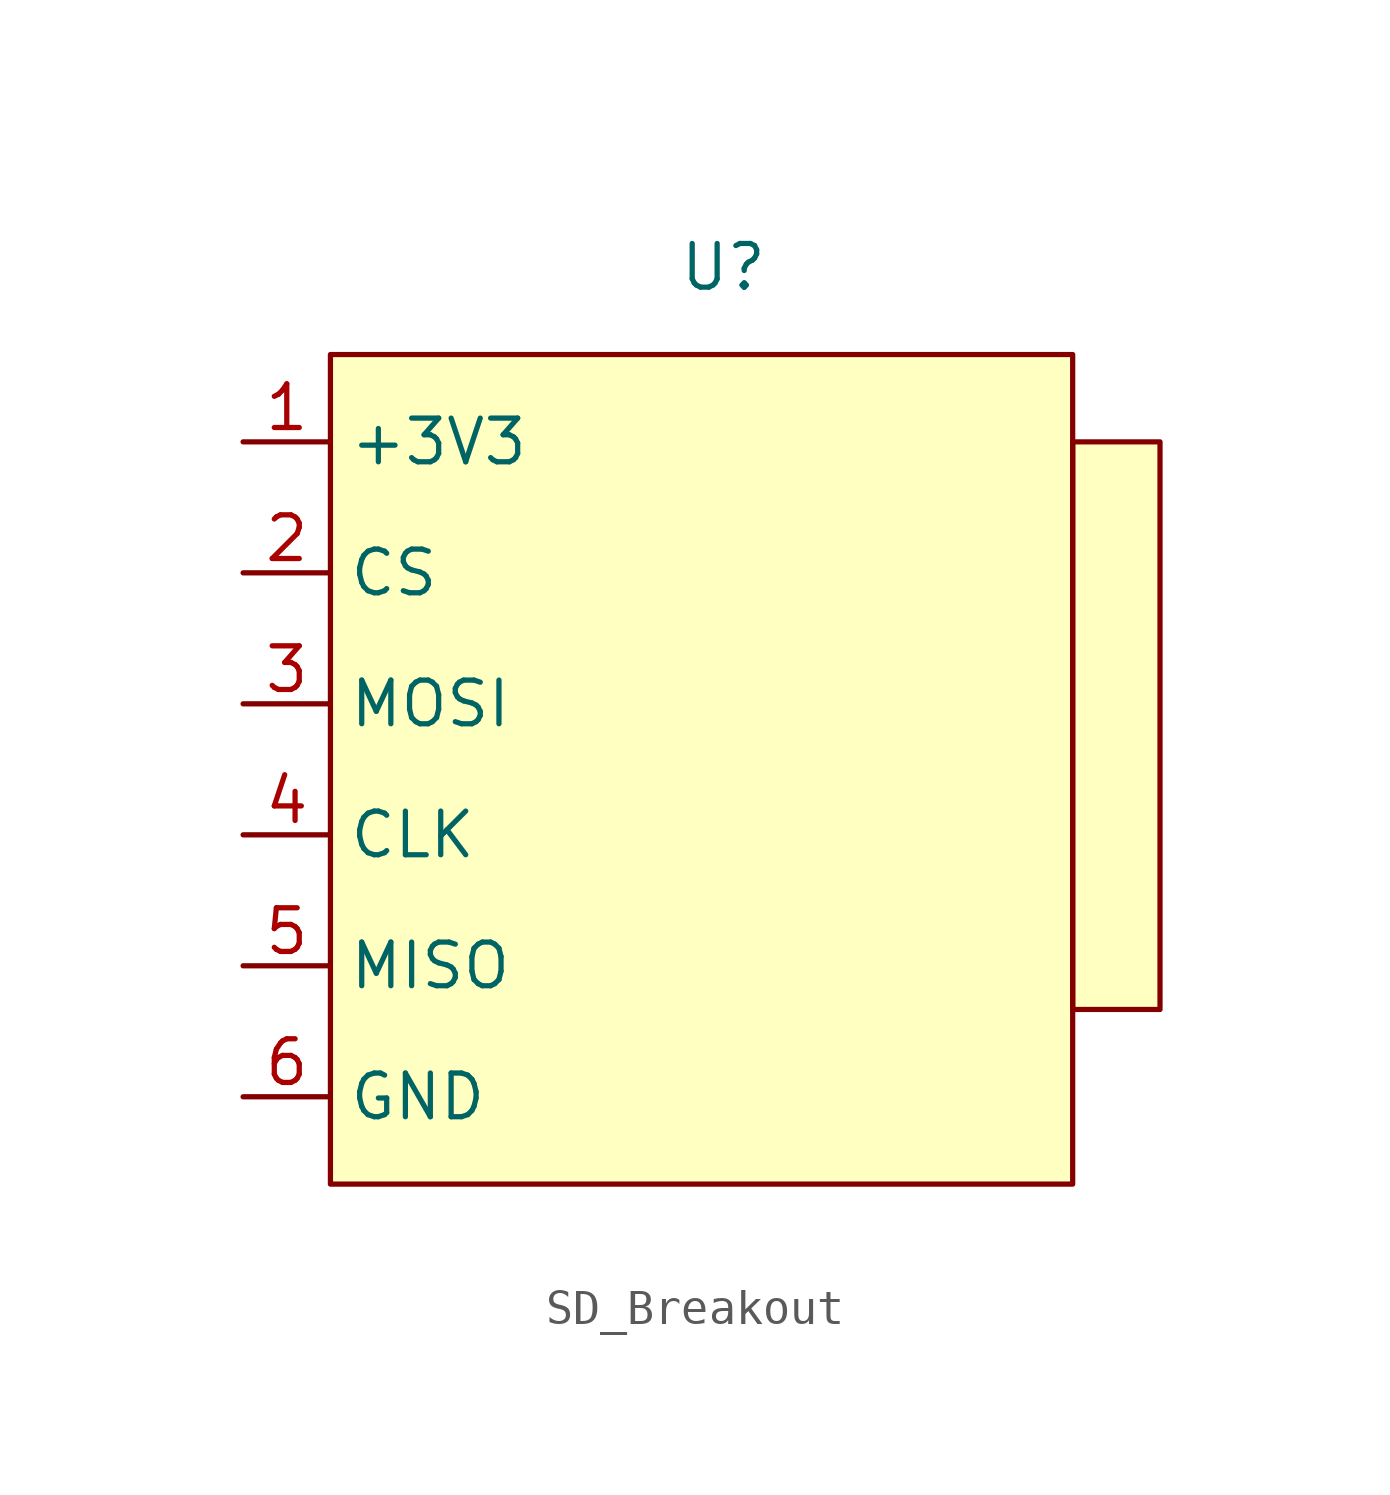
<source format=kicad_sym>
(kicad_symbol_lib
  (version 20231120)
  (generator "kicad_symbol_editor")
  (generator_version "8.0")
  (symbol "SD_Breakout"
    (property "Reference" "U"
      (at 0 17.78 0)
      (effects (font (size 1.27 1.27))))
    (property "Value" ""
      (at 0 17.78 0)
      (effects (font (size 1.27 1.27))))
    (symbol "SD_Breakout_1_1"
      (rectangle (start -11.43 15.24) (end 10.16 -8.89) (stroke (width 0) (type default)) (fill (type background)))
      (rectangle (start 10.16 12.7) (end 12.7 -3.81) (stroke (width 0) (type default)) (fill (type background)))
      (pin input line (at -13.97 12.7 0) (length 2.54) (name "+3V3" (effects (font (size 1.27 1.27)))) (number "1" (effects (font (size 1.27 1.27)))))
      (pin input line (at -13.97 8.89 0) (length 2.54) (name "CS" (effects (font (size 1.27 1.27)))) (number "2" (effects (font (size 1.27 1.27)))))
      (pin input line (at -13.97 5.08 0) (length 2.54) (name "MOSI" (effects (font (size 1.27 1.27)))) (number "3" (effects (font (size 1.27 1.27)))))
      (pin input line (at -13.97 1.27 0) (length 2.54) (name "CLK" (effects (font (size 1.27 1.27)))) (number "4" (effects (font (size 1.27 1.27)))))
      (pin input line (at -13.97 -2.54 0) (length 2.54) (name "MISO" (effects (font (size 1.27 1.27)))) (number "5" (effects (font (size 1.27 1.27)))))
      (pin input line (at -13.97 -6.35 0) (length 2.54) (name "GND" (effects (font (size 1.27 1.27)))) (number "6" (effects (font (size 1.27 1.27))))))))
</source>
